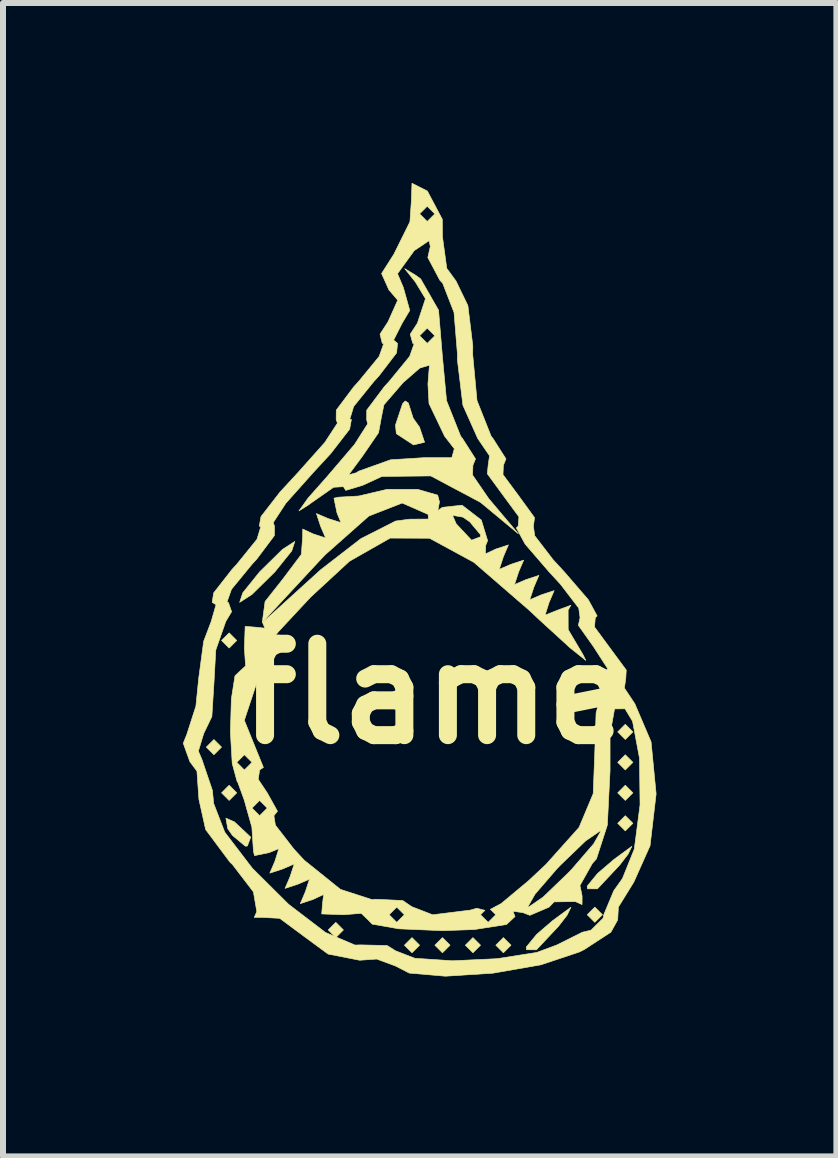
<source format=kicad_pcb>
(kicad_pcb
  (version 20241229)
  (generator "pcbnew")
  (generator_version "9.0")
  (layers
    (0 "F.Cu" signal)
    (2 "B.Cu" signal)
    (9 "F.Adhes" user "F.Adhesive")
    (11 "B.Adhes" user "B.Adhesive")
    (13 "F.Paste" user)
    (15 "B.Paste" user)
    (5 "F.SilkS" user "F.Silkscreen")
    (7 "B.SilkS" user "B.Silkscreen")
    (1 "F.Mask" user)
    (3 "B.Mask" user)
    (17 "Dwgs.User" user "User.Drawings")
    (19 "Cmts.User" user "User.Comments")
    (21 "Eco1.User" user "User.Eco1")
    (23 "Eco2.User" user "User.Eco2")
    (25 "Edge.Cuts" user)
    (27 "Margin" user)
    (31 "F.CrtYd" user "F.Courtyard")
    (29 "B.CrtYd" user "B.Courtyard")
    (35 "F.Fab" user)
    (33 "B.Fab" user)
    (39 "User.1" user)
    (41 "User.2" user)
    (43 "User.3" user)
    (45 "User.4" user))
  (footprint "flame"
    (layer "F.Cu")
    (at 4.199 8.516)
    (property "Reference" "flame" (at 0 0 0) (layer "F.SilkS") (effects (font (size 1.524 1.524) (thickness 0.3))))
    (attr through_hole)
    (fp_poly (pts (xy -3.556 0.889) (xy -3.683 1.016) (xy -3.81 0.889) (xy -3.683 0.762) (xy -3.556 0.889)) (stroke (width 0.01) (type solid)) (fill yes) (layer "F.SilkS"))
    (fp_poly (pts (xy -3.302 -0.889) (xy -3.429 -0.762) (xy -3.556 -0.889) (xy -3.429 -1.016) (xy -3.302 -0.889)) (stroke (width 0.01) (type solid)) (fill yes) (layer "F.SilkS"))
    (fp_poly (pts (xy -3.302 1.651) (xy -3.429 1.778) (xy -3.556 1.651) (xy -3.429 1.524) (xy -3.302 1.651)) (stroke (width 0.01) (type solid)) (fill yes) (layer "F.SilkS"))
    (fp_poly (pts (xy -1.524 3.937) (xy -1.651 4.064) (xy -1.778 3.937) (xy -1.651 3.81) (xy -1.524 3.937)) (stroke (width 0.01) (type solid)) (fill yes) (layer "F.SilkS"))
    (fp_poly (pts (xy -0.254 4.191) (xy -0.381 4.318) (xy -0.508 4.191) (xy -0.381 4.064) (xy -0.254 4.191)) (stroke (width 0.01) (type solid)) (fill yes) (layer "F.SilkS"))
    (fp_poly (pts (xy 0.254 4.191) (xy 0.127 4.318) (xy 0 4.191) (xy 0.127 4.064) (xy 0.254 4.191)) (stroke (width 0.01) (type solid)) (fill yes) (layer "F.SilkS"))
    (fp_poly (pts (xy 0.762 4.191) (xy 0.635 4.318) (xy 0.508 4.191) (xy 0.635 4.064) (xy 0.762 4.191)) (stroke (width 0.01) (type solid)) (fill yes) (layer "F.SilkS"))
    (fp_poly (pts (xy 1.27 4.191) (xy 1.143 4.318) (xy 1.016 4.191) (xy 1.143 4.064) (xy 1.27 4.191)) (stroke (width 0.01) (type solid)) (fill yes) (layer "F.SilkS"))
    (fp_poly (pts (xy 2.794 3.683) (xy 2.667 3.81) (xy 2.54 3.683) (xy 2.667 3.556) (xy 2.794 3.683)) (stroke (width 0.01) (type solid)) (fill yes) (layer "F.SilkS"))
    (fp_poly (pts (xy 3.302 0.635) (xy 3.175 0.762) (xy 3.048 0.635) (xy 3.175 0.508) (xy 3.302 0.635)) (stroke (width 0.01) (type solid)) (fill yes) (layer "F.SilkS"))
    (fp_poly (pts (xy 3.302 1.143) (xy 3.175 1.27) (xy 3.048 1.143) (xy 3.175 1.016) (xy 3.302 1.143)) (stroke (width 0.01) (type solid)) (fill yes) (layer "F.SilkS"))
    (fp_poly (pts (xy 3.302 1.651) (xy 3.175 1.778) (xy 3.048 1.651) (xy 3.175 1.524) (xy 3.302 1.651)) (stroke (width 0.01) (type solid)) (fill yes) (layer "F.SilkS"))
    (fp_poly (pts (xy 3.302 2.159) (xy 3.175 2.286) (xy 3.048 2.159) (xy 3.175 2.032) (xy 3.302 2.159)) (stroke (width 0.01) (type solid)) (fill yes) (layer "F.SilkS"))
    (fp_poly (pts (xy -3.341 2.135) (xy -3.069 2.39) (xy -3.125 2.538) (xy -3.16 2.54) (xy -3.375 2.36) (xy -3.453 2.247) (xy -3.483 2.073) (xy -3.341 2.135)) (stroke (width 0.01) (type solid)) (fill yes) (layer "F.SilkS"))
    (fp_poly (pts (xy -2.386 -2.381) (xy -2.667 -2.032) (xy -3.049 -1.656) (xy -3.254 -1.524) (xy -3.202 -1.683) (xy -2.921 -2.032) (xy -2.539 -2.408) (xy -2.334 -2.54) (xy -2.386 -2.381)) (stroke (width 0.01) (type solid)) (fill yes) (layer "F.SilkS"))
    (fp_poly (pts (xy 2.206 3.689) (xy 2.064 3.873) (xy 1.694 4.268) (xy 1.528 4.267) (xy 1.524 4.222) (xy 1.698 4.01) (xy 1.968 3.778) (xy 2.269 3.558) (xy 2.206 3.689)) (stroke (width 0.01) (type solid)) (fill yes) (layer "F.SilkS"))
    (fp_poly (pts (xy 3.222 2.673) (xy 3.08 2.857) (xy 2.71 3.252) (xy 2.544 3.251) (xy 2.54 3.206) (xy 2.714 2.994) (xy 2.985 2.762) (xy 3.285 2.542) (xy 3.222 2.673)) (stroke (width 0.01) (type solid)) (fill yes) (layer "F.SilkS"))
    (fp_poly (pts (xy -0.442 -4.849) (xy -0.361 -4.594) (xy -0.256 -4.447) (xy -0.171 -4.193) (xy -0.356 -4.149) (xy -0.642 -4.336) (xy -0.656 -4.48) (xy -0.538 -4.835) (xy -0.494 -4.882) (xy -0.442 -4.849)) (stroke (width 0.01) (type solid)) (fill yes) (layer "F.SilkS"))
    (fp_poly (pts (xy -0.316 -6.975) (xy -0.236 -6.916) (xy 0.062 -6.395) (xy 0.123 -5.659) (xy 0.195 -4.888) (xy 0.43 -4.296) (xy 0.462 -4.255) (xy 0.678 -3.916) (xy 0.635 -3.81) (xy 0.629 -3.647) (xy 0.898 -3.254) (xy 0.911 -3.239) (xy 1.393 -2.667) (xy 0.76 -3.192) (xy -0.068 -3.632) (xy -0.884 -3.623) (xy -1.206 -3.474) (xy -1.485 -3.391) (xy -1.524 -3.453) (xy -1.688 -3.443) (xy -2.084 -3.166) (xy -2.095 -3.156) (xy -2.265 -3.049) (xy -2.113 -3.263) (xy -1.792 -3.625) (xy -1.771 -3.65) (xy -1.437 -3.65) (xy -1.308 -3.685) (xy -1.27 -3.711) (xy -0.738 -3.901) (xy -0.186 -3.936) (xy 0.283 -3.936) (xy 0.325 -4.085) (xy 0.163 -4.294) (xy -0.097 -4.838) (xy -0.115 -5.165) (xy -0.09 -5.478) (xy -0.249 -5.431) (xy -0.529 -5.188) (xy -0.849 -4.817) (xy -0.89 -4.615) (xy -0.938 -4.353) (xy -1.206 -3.962) (xy -1.437 -3.65) (xy -1.771 -3.65) (xy -1.339 -4.156) (xy -1.12 -4.5) (xy -1.137 -4.572) (xy -1.135 -4.729) (xy -0.845 -5.116) (xy -0.762 -5.207) (xy -0.42 -5.624) (xy -0.345 -5.836) (xy -0.368 -5.842) (xy -0.403 -5.969) (xy -0.254 -5.969) (xy -0.127 -5.842) (xy 0 -5.969) (xy -0.127 -6.096) (xy -0.254 -5.969) (xy -0.403 -5.969) (xy -0.41 -5.995) (xy -0.291 -6.178) (xy -0.156 -6.587) (xy -0.324 -6.864) (xy -0.502 -7.088) (xy -0.316 -6.975)) (stroke (width 0.01) (type solid)) (fill yes) (layer "F.SilkS"))
    (fp_poly (pts (xy -0.128 -8.383) (xy -0.124 -8.38) (xy 0.124 -7.912) (xy 0.127 -7.62) (xy 0.199 -7.092) (xy 0.353 -6.881) (xy 0.551 -6.472) (xy 0.633 -5.8) (xy 0.631 -5.659) (xy 0.703 -4.888) (xy 0.938 -4.296) (xy 0.97 -4.255) (xy 1.186 -3.916) (xy 1.143 -3.81) (xy 1.136 -3.654) (xy 1.397 -3.302) (xy 1.662 -2.937) (xy 1.643 -2.794) (xy 1.665 -2.635) (xy 1.971 -2.236) (xy 2.159 -2.032) (xy 2.559 -1.568) (xy 2.706 -1.298) (xy 2.675 -1.27) (xy 2.662 -1.114) (xy 2.921 -0.762) (xy 3.191 -0.396) (xy 3.183 -0.254) (xy 3.16 -0.096) (xy 3.334 0.166) (xy 3.605 0.801) (xy 3.689 1.669) (xy 3.588 2.533) (xy 3.318 3.138) (xy 3.06 3.556) (xy 3.048 3.77) (xy 2.935 3.974) (xy 2.492 4.263) (xy 2.413 4.303) (xy 1.769 4.518) (xy 0.966 4.658) (xy 0.176 4.708) (xy -0.427 4.656) (xy -0.656 4.538) (xy -0.969 4.422) (xy -1.253 4.442) (xy -1.779 4.339) (xy -2.171 4.051) (xy -2.586 3.743) (xy -2.867 3.728) (xy -3.011 3.728) (xy -2.968 3.632) (xy -3.024 3.303) (xy -3.374 2.846) (xy -3.417 2.805) (xy -3.821 2.263) (xy -3.933 1.759) (xy -3.933 1.757) (xy -3.966 1.29) (xy -4.084 1.131) (xy -4.147 0.956) (xy -3.942 0.956) (xy -3.882 1.097) (xy -3.708 1.61) (xy -3.687 1.829) (xy -3.502 2.307) (xy -3.041 2.91) (xy -2.437 3.51) (xy -1.823 3.979) (xy -1.331 4.189) (xy -1.244 4.186) (xy -0.796 4.196) (xy -0.656 4.284) (xy -0.334 4.409) (xy 0.295 4.451) (xy 1.036 4.416) (xy 1.698 4.312) (xy 2.032 4.188) (xy 2.458 3.975) (xy 2.603 3.941) (xy 2.806 3.74) (xy 2.816 3.683) (xy 2.983 3.283) (xy 3.128 3.079) (xy 3.325 2.589) (xy 3.421 1.852) (xy 3.412 1.074) (xy 3.296 0.458) (xy 3.17 0.25) (xy 2.996 0.252) (xy 2.921 0.669) (xy 2.921 1.281) (xy 2.876 2.188) (xy 2.694 2.752) (xy 2.626 2.828) (xy 2.419 3.196) (xy 2.455 3.37) (xy 2.454 3.514) (xy 2.343 3.464) (xy 1.988 3.469) (xy 1.905 3.556) (xy 1.585 3.693) (xy 1.467 3.648) (xy 1.301 3.625) (xy 1.337 3.713) (xy 1.195 3.846) (xy 0.658 3.93) (xy 0.127 3.949) (xy -0.6 3.918) (xy -1.044 3.84) (xy -1.116 3.766) (xy -1.202 3.683) (xy -0.762 3.683) (xy -0.635 3.81) (xy -0.508 3.683) (xy -0.635 3.556) (xy -0.762 3.683) (xy -1.202 3.683) (xy -1.226 3.66) (xy -1.524 3.683) (xy -1.886 3.67) (xy -1.873 3.503) (xy -1.854 3.346) (xy -2.032 3.429) (xy -2.243 3.498) (xy -2.159 3.302) (xy -2.09 3.091) (xy -2.286 3.175) (xy -2.497 3.244) (xy -2.413 3.048) (xy -2.344 2.837) (xy -2.54 2.921) (xy -2.751 2.99) (xy -2.667 2.794) (xy -2.6 2.581) (xy -2.761 2.647) (xy -3.007 2.698) (xy -3.024 2.622) (xy -3.05 2.223) (xy -3.14 1.905) (xy -3.048 1.905) (xy -2.921 2.032) (xy -2.794 1.905) (xy -2.921 1.778) (xy -3.048 1.905) (xy -3.14 1.905) (xy -3.167 1.808) (xy -3.175 1.778) (xy -3.284 1.478) (xy -3.297 1.46) (xy -3.377 1.165) (xy -3.379 1.143) (xy -3.302 1.143) (xy -3.175 1.27) (xy -3.048 1.143) (xy -3.175 1.016) (xy -3.302 1.143) (xy -3.379 1.143) (xy -3.408 0.64) (xy -3.392 0.085) (xy -3.332 -0.299) (xy -3.269 -0.36) (xy -3.155 -0.465) (xy -3.175 -0.762) (xy -3.162 -1.124) (xy -2.995 -1.111) (xy -2.833 -1.094) (xy -2.872 -1.188) (xy -1.905 -2.066) (xy -1.233 -2.586) (xy -0.654 -2.88) (xy -0.421 -2.911) (xy -0.108 -2.913) (xy -0.11 -2.975) (xy 0.295 -2.975) (xy 0.357 -2.833) (xy 0.612 -2.561) (xy 0.76 -2.617) (xy 0.762 -2.652) (xy 0.582 -2.867) (xy 0.469 -2.945) (xy 0.295 -2.975) (xy -0.11 -2.975) (xy -0.111 -2.99) (xy -0.544 -3.18) (xy -1.1 -2.963) (xy -1.83 -2.316) (xy -1.943 -2.196) (xy -2.874 -1.193) (xy -2.876 -1.197) (xy -2.83 -1.538) (xy -2.54 -1.905) (xy -2.225 -2.324) (xy -2.204 -2.613) (xy -2.202 -2.747) (xy -2.032 -2.667) (xy -1.821 -2.598) (xy -1.905 -2.794) (xy -1.974 -3.005) (xy -1.778 -2.921) (xy -1.565 -2.854) (xy -1.631 -3.015) (xy -1.682 -3.261) (xy -1.606 -3.278) (xy -1.27 -3.297) (xy -0.794 -3.409) (xy -0.289 -3.409) (xy 0.047 -3.312) (xy 0.077 -3.199) (xy 0.05 -3.054) (xy 0.126 -3.109) (xy 0.454 -3.144) (xy 0.775 -2.897) (xy 0.88 -2.553) (xy 0.847 -2.472) (xy 0.844 -2.332) (xy 1.016 -2.413) (xy 1.227 -2.482) (xy 1.143 -2.286) (xy 1.074 -2.075) (xy 1.27 -2.159) (xy 1.481 -2.228) (xy 1.397 -2.032) (xy 1.328 -1.821) (xy 1.524 -1.905) (xy 1.735 -1.974) (xy 1.651 -1.778) (xy 1.582 -1.567) (xy 1.778 -1.651) (xy 1.989 -1.72) (xy 1.905 -1.524) (xy 1.838 -1.312) (xy 2.056 -1.398) (xy 2.268 -1.476) (xy 2.222 -1.395) (xy 2.223 -1.07) (xy 2.468 -0.656) (xy 2.517 -0.556) (xy 2.256 -0.765) (xy 1.739 -1.237) (xy 1.58 -1.387) (xy 0.65 -2.192) (xy -0.088 -2.593) (xy -0.744 -2.596) (xy -1.424 -2.209) (xy -2.071 -1.611) (xy -2.605 -1.038) (xy -2.922 -0.639) (xy -2.959 -0.508) (xy -2.893 -0.343) (xy -2.966 -0.191) (xy -3.176 0.442) (xy -2.969 0.953) (xy -2.858 1.227) (xy -2.921 1.27) (xy -2.944 1.426) (xy -2.794 1.651) (xy -2.623 1.958) (xy -2.683 2.032) (xy -2.658 2.19) (xy -2.35 2.588) (xy -2.178 2.774) (xy -1.572 3.261) (xy -1.047 3.431) (xy -0.993 3.425) (xy -0.535 3.446) (xy -0.385 3.549) (xy -0.036 3.684) (xy 0.592 3.606) (xy 0.699 3.575) (xy 0.835 3.61) (xy 0.762 3.683) (xy 0.889 3.81) (xy 1.016 3.683) (xy 0.926 3.593) (xy 1.005 3.551) (xy 1.551 3.551) (xy 1.562 3.556) (xy 1.804 3.39) (xy 2.227 2.983) (xy 2.286 2.921) (xy 2.648 2.501) (xy 2.767 2.291) (xy 2.756 2.286) (xy 2.514 2.452) (xy 2.091 2.859) (xy 2.032 2.921) (xy 1.67 3.341) (xy 1.551 3.551) (xy 1.005 3.551) (xy 1.106 3.497) (xy 1.565 3.114) (xy 1.851 2.846) (xy 2.404 2.228) (xy 2.64 1.665) (xy 2.666 0.996) (xy 2.688 0.32) (xy 2.803 -0.111) (xy 2.849 -0.161) (xy 2.877 -0.426) (xy 2.644 -0.787) (xy 2.393 -1.141) (xy 2.421 -1.27) (xy 2.399 -1.429) (xy 2.093 -1.828) (xy 1.905 -2.032) (xy 1.505 -2.496) (xy 1.358 -2.766) (xy 1.389 -2.794) (xy 1.402 -2.95) (xy 1.143 -3.302) (xy 0.875 -3.668) (xy 0.889 -3.81) (xy 0.912 -3.967) (xy 0.716 -4.255) (xy 0.468 -4.81) (xy 0.375 -5.575) (xy 0.377 -5.659) (xy 0.32 -6.357) (xy 0.131 -6.844) (xy 0.084 -6.894) (xy -0.117 -7.273) (xy -0.075 -7.458) (xy -0.096 -7.553) (xy -0.343 -7.389) (xy -0.622 -7.003) (xy -0.525 -6.773) (xy -0.418 -6.391) (xy -0.545 -6.178) (xy -0.687 -5.897) (xy -0.622 -5.842) (xy -0.637 -5.684) (xy -0.934 -5.296) (xy -1.016 -5.207) (xy -1.353 -4.79) (xy -1.417 -4.579) (xy -1.391 -4.572) (xy -1.42 -4.412) (xy -1.736 -4.004) (xy -2.032 -3.683) (xy -2.484 -3.176) (xy -2.694 -2.854) (xy -2.673 -2.794) (xy -2.675 -2.637) (xy -2.965 -2.25) (xy -3.048 -2.159) (xy -3.39 -1.742) (xy -3.465 -1.53) (xy -3.442 -1.524) (xy -3.388 -1.369) (xy -3.485 -1.206) (xy -3.652 -0.729) (xy -3.682 -0.182) (xy -3.717 0.38) (xy -3.853 0.662) (xy -3.942 0.956) (xy -4.147 0.956) (xy -4.194 0.824) (xy -4.136 0.681) (xy -3.983 0.205) (xy -3.937 -0.254) (xy -3.854 -0.874) (xy -3.728 -1.206) (xy -3.648 -1.485) (xy -3.712 -1.524) (xy -3.687 -1.682) (xy -3.383 -2.071) (xy -3.302 -2.159) (xy -2.965 -2.576) (xy -2.901 -2.787) (xy -2.927 -2.794) (xy -2.898 -2.954) (xy -2.582 -3.362) (xy -2.286 -3.683) (xy -1.834 -4.19) (xy -1.624 -4.512) (xy -1.645 -4.572) (xy -1.643 -4.729) (xy -1.353 -5.116) (xy -1.27 -5.207) (xy -0.928 -5.624) (xy -0.853 -5.836) (xy -0.876 -5.842) (xy -0.914 -5.996) (xy -0.781 -6.2) (xy -0.619 -6.562) (xy -0.766 -6.734) (xy -0.888 -7.006) (xy -0.683 -7.328) (xy -0.415 -7.869) (xy -0.406 -8.001) (xy -0.254 -8.001) (xy -0.127 -7.874) (xy 0 -8.001) (xy -0.127 -8.128) (xy -0.254 -8.001) (xy -0.406 -8.001) (xy -0.392 -8.206) (xy -0.381 -8.511) (xy -0.128 -8.383)) (stroke (width 0.01) (type solid)) (fill yes) (layer "F.SilkS")))
  (gr_rect
    (start -3 -3)
    (end 10.893 16.228)
    (stroke (width 0.1) (type default))
    (fill no)
    (layer "Edge.Cuts")))
</source>
